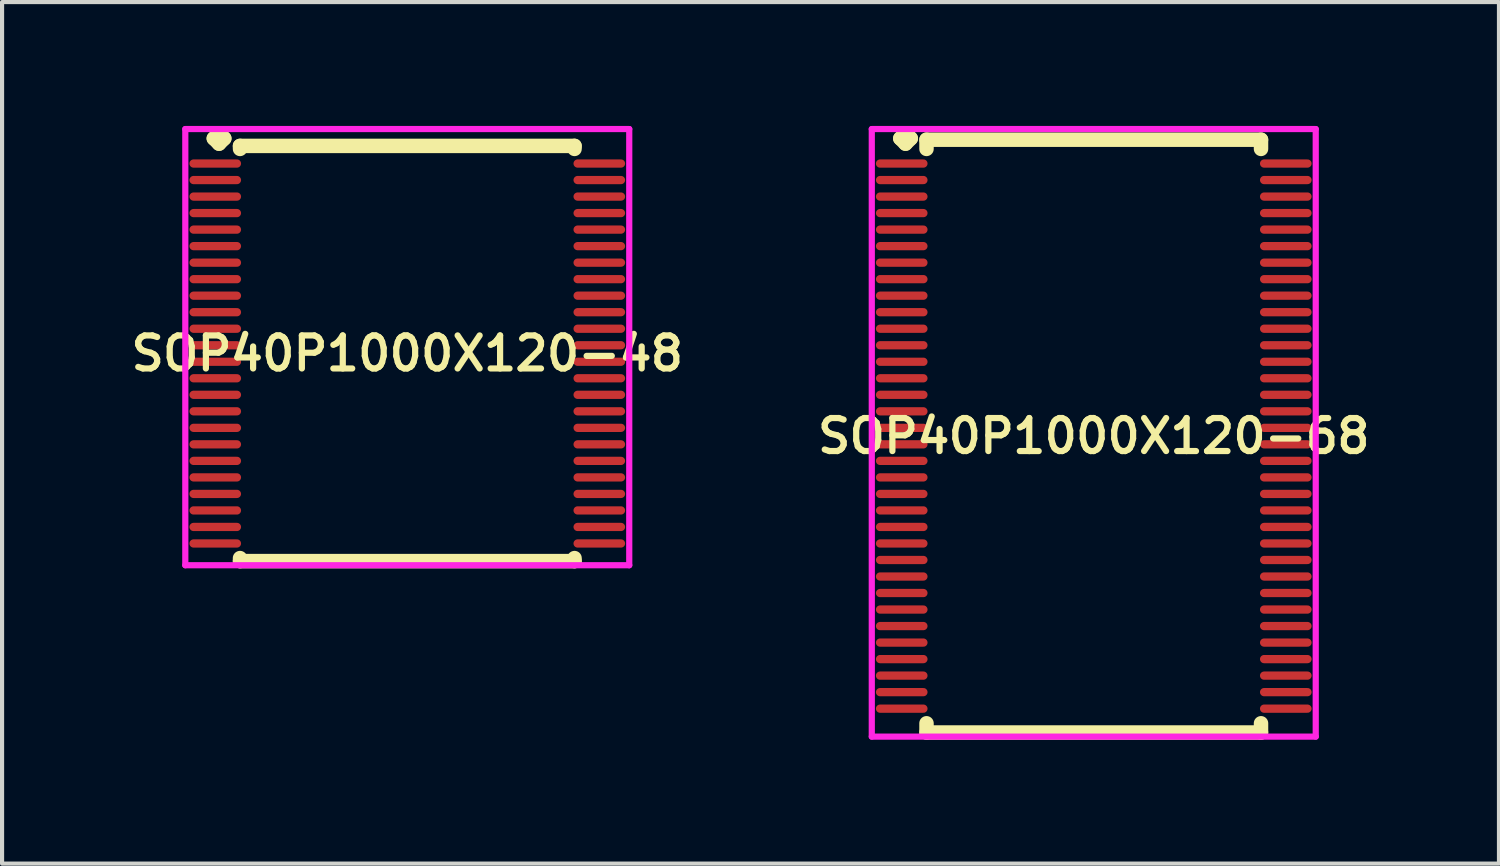
<source format=kicad_pcb>
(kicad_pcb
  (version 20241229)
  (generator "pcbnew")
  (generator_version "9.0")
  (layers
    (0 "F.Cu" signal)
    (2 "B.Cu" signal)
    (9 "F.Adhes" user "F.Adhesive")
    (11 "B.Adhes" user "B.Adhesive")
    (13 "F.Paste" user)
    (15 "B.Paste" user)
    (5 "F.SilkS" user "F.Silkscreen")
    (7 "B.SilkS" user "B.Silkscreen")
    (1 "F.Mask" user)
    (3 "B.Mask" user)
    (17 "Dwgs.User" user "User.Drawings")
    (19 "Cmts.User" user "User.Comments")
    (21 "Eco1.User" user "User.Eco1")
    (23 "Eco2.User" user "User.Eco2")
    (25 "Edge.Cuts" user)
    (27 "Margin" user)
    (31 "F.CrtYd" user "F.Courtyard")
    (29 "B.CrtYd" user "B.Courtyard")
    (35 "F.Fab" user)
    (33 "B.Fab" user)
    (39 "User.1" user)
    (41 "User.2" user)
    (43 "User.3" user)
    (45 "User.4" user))
  (footprint "SOP40P1000X120-68"
    (layer "F.Cu")
    (at 23.435 7.51)
    (property "Reference" "SOP40P1000X120-68" (at 0 0 0) (layer "F.SilkS") (effects (font (size 0.8 0.8) (thickness 0.15))))
    (attr through_hole)
    (fp_line (start -4.685 -7.208) (end -4.558 -7.335) (stroke (width 0.35) (type solid)) (layer "F.SilkS"))
    (fp_line (start -4.558 -7.335) (end -4.431 -7.208) (stroke (width 0.35) (type solid)) (layer "F.SilkS"))
    (fp_line (start -4.558 -7.081) (end -4.685 -7.208) (stroke (width 0.35) (type solid)) (layer "F.SilkS"))
    (fp_line (start -4.431 -7.208) (end -4.558 -7.081) (stroke (width 0.35) (type solid)) (layer "F.SilkS"))
    (fp_line (start -4.05 -7.177) (end 4.05 -7.177) (stroke (width 0.35) (type solid)) (layer "F.SilkS"))
    (fp_line (start -4.05 -6.954) (end -4.05 -7.177) (stroke (width 0.35) (type solid)) (layer "F.SilkS"))
    (fp_line (start -4.05 6.954) (end -4.05 7.177) (stroke (width 0.35) (type solid)) (layer "F.SilkS"))
    (fp_line (start -4.05 7.177) (end 4.05 7.177) (stroke (width 0.35) (type solid)) (layer "F.SilkS"))
    (fp_line (start 4.05 -7.177) (end 4.05 -6.954) (stroke (width 0.35) (type solid)) (layer "F.SilkS"))
    (fp_line (start 4.05 7.177) (end 4.05 6.954) (stroke (width 0.35) (type solid)) (layer "F.SilkS"))
    (fp_line (start -5.375 -7.435) (end 5.375 -7.435) (stroke (width 0.15) (type solid)) (layer "F.CrtYd"))
    (fp_line (start -5.375 7.277) (end -5.375 -7.435) (stroke (width 0.15) (type solid)) (layer "F.CrtYd"))
    (fp_line (start 5.375 -7.435) (end 5.375 7.277) (stroke (width 0.15) (type solid)) (layer "F.CrtYd"))
    (fp_line (start 5.375 7.277) (end -5.375 7.277) (stroke (width 0.15) (type solid)) (layer "F.CrtYd"))
    (pad "1" smd oval (at -4.65 -6.6) (size 1.25 0.2) (layers "F.Cu" "F.Mask" "F.Paste"))
    (pad "2" smd oval (at -4.65 -6.2) (size 1.25 0.2) (layers "F.Cu" "F.Mask" "F.Paste"))
    (pad "3" smd oval (at -4.65 -5.8) (size 1.25 0.2) (layers "F.Cu" "F.Mask" "F.Paste"))
    (pad "4" smd oval (at -4.65 -5.4) (size 1.25 0.2) (layers "F.Cu" "F.Mask" "F.Paste"))
    (pad "5" smd oval (at -4.65 -5) (size 1.25 0.2) (layers "F.Cu" "F.Mask" "F.Paste"))
    (pad "6" smd oval (at -4.65 -4.6) (size 1.25 0.2) (layers "F.Cu" "F.Mask" "F.Paste"))
    (pad "7" smd oval (at -4.65 -4.2) (size 1.25 0.2) (layers "F.Cu" "F.Mask" "F.Paste"))
    (pad "8" smd oval (at -4.65 -3.8) (size 1.25 0.2) (layers "F.Cu" "F.Mask" "F.Paste"))
    (pad "9" smd oval (at -4.65 -3.4) (size 1.25 0.2) (layers "F.Cu" "F.Mask" "F.Paste"))
    (pad "10" smd oval (at -4.65 -3) (size 1.25 0.2) (layers "F.Cu" "F.Mask" "F.Paste"))
    (pad "11" smd oval (at -4.65 -2.6) (size 1.25 0.2) (layers "F.Cu" "F.Mask" "F.Paste"))
    (pad "12" smd oval (at -4.65 -2.2) (size 1.25 0.2) (layers "F.Cu" "F.Mask" "F.Paste"))
    (pad "13" smd oval (at -4.65 -1.8) (size 1.25 0.2) (layers "F.Cu" "F.Mask" "F.Paste"))
    (pad "14" smd oval (at -4.65 -1.4) (size 1.25 0.2) (layers "F.Cu" "F.Mask" "F.Paste"))
    (pad "15" smd oval (at -4.65 -1) (size 1.25 0.2) (layers "F.Cu" "F.Mask" "F.Paste"))
    (pad "16" smd oval (at -4.65 -0.6) (size 1.25 0.2) (layers "F.Cu" "F.Mask" "F.Paste"))
    (pad "17" smd oval (at -4.65 -0.2) (size 1.25 0.2) (layers "F.Cu" "F.Mask" "F.Paste"))
    (pad "18" smd oval (at -4.65 0.2) (size 1.25 0.2) (layers "F.Cu" "F.Mask" "F.Paste"))
    (pad "19" smd oval (at -4.65 0.6) (size 1.25 0.2) (layers "F.Cu" "F.Mask" "F.Paste"))
    (pad "20" smd oval (at -4.65 1) (size 1.25 0.2) (layers "F.Cu" "F.Mask" "F.Paste"))
    (pad "21" smd oval (at -4.65 1.4) (size 1.25 0.2) (layers "F.Cu" "F.Mask" "F.Paste"))
    (pad "22" smd oval (at -4.65 1.8) (size 1.25 0.2) (layers "F.Cu" "F.Mask" "F.Paste"))
    (pad "23" smd oval (at -4.65 2.2) (size 1.25 0.2) (layers "F.Cu" "F.Mask" "F.Paste"))
    (pad "24" smd oval (at -4.65 2.6) (size 1.25 0.2) (layers "F.Cu" "F.Mask" "F.Paste"))
    (pad "25" smd oval (at -4.65 3) (size 1.25 0.2) (layers "F.Cu" "F.Mask" "F.Paste"))
    (pad "26" smd oval (at -4.65 3.4) (size 1.25 0.2) (layers "F.Cu" "F.Mask" "F.Paste"))
    (pad "27" smd oval (at -4.65 3.8) (size 1.25 0.2) (layers "F.Cu" "F.Mask" "F.Paste"))
    (pad "28" smd oval (at -4.65 4.2) (size 1.25 0.2) (layers "F.Cu" "F.Mask" "F.Paste"))
    (pad "29" smd oval (at -4.65 4.6) (size 1.25 0.2) (layers "F.Cu" "F.Mask" "F.Paste"))
    (pad "30" smd oval (at -4.65 5) (size 1.25 0.2) (layers "F.Cu" "F.Mask" "F.Paste"))
    (pad "31" smd oval (at -4.65 5.4) (size 1.25 0.2) (layers "F.Cu" "F.Mask" "F.Paste"))
    (pad "32" smd oval (at -4.65 5.8) (size 1.25 0.2) (layers "F.Cu" "F.Mask" "F.Paste"))
    (pad "33" smd oval (at -4.65 6.2) (size 1.25 0.2) (layers "F.Cu" "F.Mask" "F.Paste"))
    (pad "34" smd oval (at -4.65 6.6) (size 1.25 0.2) (layers "F.Cu" "F.Mask" "F.Paste"))
    (pad "35" smd oval (at 4.65 6.6) (size 1.25 0.2) (layers "F.Cu" "F.Mask" "F.Paste"))
    (pad "36" smd oval (at 4.65 6.2) (size 1.25 0.2) (layers "F.Cu" "F.Mask" "F.Paste"))
    (pad "37" smd oval (at 4.65 5.8) (size 1.25 0.2) (layers "F.Cu" "F.Mask" "F.Paste"))
    (pad "38" smd oval (at 4.65 5.4) (size 1.25 0.2) (layers "F.Cu" "F.Mask" "F.Paste"))
    (pad "39" smd oval (at 4.65 5) (size 1.25 0.2) (layers "F.Cu" "F.Mask" "F.Paste"))
    (pad "40" smd oval (at 4.65 4.6) (size 1.25 0.2) (layers "F.Cu" "F.Mask" "F.Paste"))
    (pad "41" smd oval (at 4.65 4.2) (size 1.25 0.2) (layers "F.Cu" "F.Mask" "F.Paste"))
    (pad "42" smd oval (at 4.65 3.8) (size 1.25 0.2) (layers "F.Cu" "F.Mask" "F.Paste"))
    (pad "43" smd oval (at 4.65 3.4) (size 1.25 0.2) (layers "F.Cu" "F.Mask" "F.Paste"))
    (pad "44" smd oval (at 4.65 3) (size 1.25 0.2) (layers "F.Cu" "F.Mask" "F.Paste"))
    (pad "45" smd oval (at 4.65 2.6) (size 1.25 0.2) (layers "F.Cu" "F.Mask" "F.Paste"))
    (pad "46" smd oval (at 4.65 2.2) (size 1.25 0.2) (layers "F.Cu" "F.Mask" "F.Paste"))
    (pad "47" smd oval (at 4.65 1.8) (size 1.25 0.2) (layers "F.Cu" "F.Mask" "F.Paste"))
    (pad "48" smd oval (at 4.65 1.4) (size 1.25 0.2) (layers "F.Cu" "F.Mask" "F.Paste"))
    (pad "49" smd oval (at 4.65 1) (size 1.25 0.2) (layers "F.Cu" "F.Mask" "F.Paste"))
    (pad "50" smd oval (at 4.65 0.6) (size 1.25 0.2) (layers "F.Cu" "F.Mask" "F.Paste"))
    (pad "51" smd oval (at 4.65 0.2) (size 1.25 0.2) (layers "F.Cu" "F.Mask" "F.Paste"))
    (pad "52" smd oval (at 4.65 -0.2) (size 1.25 0.2) (layers "F.Cu" "F.Mask" "F.Paste"))
    (pad "53" smd oval (at 4.65 -0.6) (size 1.25 0.2) (layers "F.Cu" "F.Mask" "F.Paste"))
    (pad "54" smd oval (at 4.65 -1) (size 1.25 0.2) (layers "F.Cu" "F.Mask" "F.Paste"))
    (pad "55" smd oval (at 4.65 -1.4) (size 1.25 0.2) (layers "F.Cu" "F.Mask" "F.Paste"))
    (pad "56" smd oval (at 4.65 -1.8) (size 1.25 0.2) (layers "F.Cu" "F.Mask" "F.Paste"))
    (pad "57" smd oval (at 4.65 -2.2) (size 1.25 0.2) (layers "F.Cu" "F.Mask" "F.Paste"))
    (pad "58" smd oval (at 4.65 -2.6) (size 1.25 0.2) (layers "F.Cu" "F.Mask" "F.Paste"))
    (pad "59" smd oval (at 4.65 -3) (size 1.25 0.2) (layers "F.Cu" "F.Mask" "F.Paste"))
    (pad "60" smd oval (at 4.65 -3.4) (size 1.25 0.2) (layers "F.Cu" "F.Mask" "F.Paste"))
    (pad "61" smd oval (at 4.65 -3.8) (size 1.25 0.2) (layers "F.Cu" "F.Mask" "F.Paste"))
    (pad "62" smd oval (at 4.65 -4.2) (size 1.25 0.2) (layers "F.Cu" "F.Mask" "F.Paste"))
    (pad "63" smd oval (at 4.65 -4.6) (size 1.25 0.2) (layers "F.Cu" "F.Mask" "F.Paste"))
    (pad "64" smd oval (at 4.65 -5) (size 1.25 0.2) (layers "F.Cu" "F.Mask" "F.Paste"))
    (pad "65" smd oval (at 4.65 -5.4) (size 1.25 0.2) (layers "F.Cu" "F.Mask" "F.Paste"))
    (pad "66" smd oval (at 4.65 -5.8) (size 1.25 0.2) (layers "F.Cu" "F.Mask" "F.Paste"))
    (pad "67" smd oval (at 4.65 -6.2) (size 1.25 0.2) (layers "F.Cu" "F.Mask" "F.Paste"))
    (pad "68" smd oval (at 4.65 -6.6) (size 1.25 0.2) (layers "F.Cu" "F.Mask" "F.Paste")))
  (footprint "SOP40P1000X120-48"
    (layer "F.Cu")
    (at 6.812 5.51)
    (property "Reference" "SOP40P1000X120-48" (at 0 0 0) (layer "F.SilkS") (effects (font (size 0.8 0.8) (thickness 0.15))))
    (attr smd)
    (fp_line (start -4.685 -5.208) (end -4.558 -5.335) (stroke (width 0.35) (type solid)) (layer "F.SilkS"))
    (fp_line (start -4.558 -5.335) (end -4.431 -5.208) (stroke (width 0.35) (type solid)) (layer "F.SilkS"))
    (fp_line (start -4.558 -5.081) (end -4.685 -5.208) (stroke (width 0.35) (type solid)) (layer "F.SilkS"))
    (fp_line (start -4.431 -5.208) (end -4.558 -5.081) (stroke (width 0.35) (type solid)) (layer "F.SilkS"))
    (fp_line (start -4.05 -5.027) (end 4.05 -5.027) (stroke (width 0.35) (type solid)) (layer "F.SilkS"))
    (fp_line (start -4.05 -4.954) (end -4.05 -5.027) (stroke (width 0.35) (type solid)) (layer "F.SilkS"))
    (fp_line (start -4.05 4.954) (end -4.05 5.027) (stroke (width 0.35) (type solid)) (layer "F.SilkS"))
    (fp_line (start -4.05 5.027) (end 4.05 5.027) (stroke (width 0.35) (type solid)) (layer "F.SilkS"))
    (fp_line (start 4.05 -5.027) (end 4.05 -4.954) (stroke (width 0.35) (type solid)) (layer "F.SilkS"))
    (fp_line (start 4.05 5.027) (end 4.05 4.954) (stroke (width 0.35) (type solid)) (layer "F.SilkS"))
    (fp_line (start -5.375 -5.435) (end 5.375 -5.435) (stroke (width 0.15) (type solid)) (layer "F.CrtYd"))
    (fp_line (start -5.375 5.127) (end -5.375 -5.435) (stroke (width 0.15) (type solid)) (layer "F.CrtYd"))
    (fp_line (start 5.375 -5.435) (end 5.375 5.127) (stroke (width 0.15) (type solid)) (layer "F.CrtYd"))
    (fp_line (start 5.375 5.127) (end -5.375 5.127) (stroke (width 0.15) (type solid)) (layer "F.CrtYd"))
    (pad "1" smd oval (at -4.65 -4.6) (size 1.25 0.2) (layers "F.Cu" "F.Mask" "F.Paste"))
    (pad "2" smd oval (at -4.65 -4.2) (size 1.25 0.2) (layers "F.Cu" "F.Mask" "F.Paste"))
    (pad "3" smd oval (at -4.65 -3.8) (size 1.25 0.2) (layers "F.Cu" "F.Mask" "F.Paste"))
    (pad "4" smd oval (at -4.65 -3.4) (size 1.25 0.2) (layers "F.Cu" "F.Mask" "F.Paste"))
    (pad "5" smd oval (at -4.65 -3) (size 1.25 0.2) (layers "F.Cu" "F.Mask" "F.Paste"))
    (pad "6" smd oval (at -4.65 -2.6) (size 1.25 0.2) (layers "F.Cu" "F.Mask" "F.Paste"))
    (pad "7" smd oval (at -4.65 -2.2) (size 1.25 0.2) (layers "F.Cu" "F.Mask" "F.Paste"))
    (pad "8" smd oval (at -4.65 -1.8) (size 1.25 0.2) (layers "F.Cu" "F.Mask" "F.Paste"))
    (pad "9" smd oval (at -4.65 -1.4) (size 1.25 0.2) (layers "F.Cu" "F.Mask" "F.Paste"))
    (pad "10" smd oval (at -4.65 -1) (size 1.25 0.2) (layers "F.Cu" "F.Mask" "F.Paste"))
    (pad "11" smd oval (at -4.65 -0.6) (size 1.25 0.2) (layers "F.Cu" "F.Mask" "F.Paste"))
    (pad "12" smd oval (at -4.65 -0.2) (size 1.25 0.2) (layers "F.Cu" "F.Mask" "F.Paste"))
    (pad "13" smd oval (at -4.65 0.2) (size 1.25 0.2) (layers "F.Cu" "F.Mask" "F.Paste"))
    (pad "14" smd oval (at -4.65 0.6) (size 1.25 0.2) (layers "F.Cu" "F.Mask" "F.Paste"))
    (pad "15" smd oval (at -4.65 1) (size 1.25 0.2) (layers "F.Cu" "F.Mask" "F.Paste"))
    (pad "16" smd oval (at -4.65 1.4) (size 1.25 0.2) (layers "F.Cu" "F.Mask" "F.Paste"))
    (pad "17" smd oval (at -4.65 1.8) (size 1.25 0.2) (layers "F.Cu" "F.Mask" "F.Paste"))
    (pad "18" smd oval (at -4.65 2.2) (size 1.25 0.2) (layers "F.Cu" "F.Mask" "F.Paste"))
    (pad "19" smd oval (at -4.65 2.6) (size 1.25 0.2) (layers "F.Cu" "F.Mask" "F.Paste"))
    (pad "20" smd oval (at -4.65 3) (size 1.25 0.2) (layers "F.Cu" "F.Mask" "F.Paste"))
    (pad "21" smd oval (at -4.65 3.4) (size 1.25 0.2) (layers "F.Cu" "F.Mask" "F.Paste"))
    (pad "22" smd oval (at -4.65 3.8) (size 1.25 0.2) (layers "F.Cu" "F.Mask" "F.Paste"))
    (pad "23" smd oval (at -4.65 4.2) (size 1.25 0.2) (layers "F.Cu" "F.Mask" "F.Paste"))
    (pad "24" smd oval (at -4.65 4.6) (size 1.25 0.2) (layers "F.Cu" "F.Mask" "F.Paste"))
    (pad "25" smd oval (at 4.65 4.6) (size 1.25 0.2) (layers "F.Cu" "F.Mask" "F.Paste"))
    (pad "26" smd oval (at 4.65 4.2) (size 1.25 0.2) (layers "F.Cu" "F.Mask" "F.Paste"))
    (pad "27" smd oval (at 4.65 3.8) (size 1.25 0.2) (layers "F.Cu" "F.Mask" "F.Paste"))
    (pad "28" smd oval (at 4.65 3.4) (size 1.25 0.2) (layers "F.Cu" "F.Mask" "F.Paste"))
    (pad "29" smd oval (at 4.65 3) (size 1.25 0.2) (layers "F.Cu" "F.Mask" "F.Paste"))
    (pad "30" smd oval (at 4.65 2.6) (size 1.25 0.2) (layers "F.Cu" "F.Mask" "F.Paste"))
    (pad "31" smd oval (at 4.65 2.2) (size 1.25 0.2) (layers "F.Cu" "F.Mask" "F.Paste"))
    (pad "32" smd oval (at 4.65 1.8) (size 1.25 0.2) (layers "F.Cu" "F.Mask" "F.Paste"))
    (pad "33" smd oval (at 4.65 1.4) (size 1.25 0.2) (layers "F.Cu" "F.Mask" "F.Paste"))
    (pad "34" smd oval (at 4.65 1) (size 1.25 0.2) (layers "F.Cu" "F.Mask" "F.Paste"))
    (pad "35" smd oval (at 4.65 0.6) (size 1.25 0.2) (layers "F.Cu" "F.Mask" "F.Paste"))
    (pad "36" smd oval (at 4.65 0.2) (size 1.25 0.2) (layers "F.Cu" "F.Mask" "F.Paste"))
    (pad "37" smd oval (at 4.65 -0.2) (size 1.25 0.2) (layers "F.Cu" "F.Mask" "F.Paste"))
    (pad "38" smd oval (at 4.65 -0.6) (size 1.25 0.2) (layers "F.Cu" "F.Mask" "F.Paste"))
    (pad "39" smd oval (at 4.65 -1) (size 1.25 0.2) (layers "F.Cu" "F.Mask" "F.Paste"))
    (pad "40" smd oval (at 4.65 -1.4) (size 1.25 0.2) (layers "F.Cu" "F.Mask" "F.Paste"))
    (pad "41" smd oval (at 4.65 -1.8) (size 1.25 0.2) (layers "F.Cu" "F.Mask" "F.Paste"))
    (pad "42" smd oval (at 4.65 -2.2) (size 1.25 0.2) (layers "F.Cu" "F.Mask" "F.Paste"))
    (pad "43" smd oval (at 4.65 -2.6) (size 1.25 0.2) (layers "F.Cu" "F.Mask" "F.Paste"))
    (pad "44" smd oval (at 4.65 -3) (size 1.25 0.2) (layers "F.Cu" "F.Mask" "F.Paste"))
    (pad "45" smd oval (at 4.65 -3.4) (size 1.25 0.2) (layers "F.Cu" "F.Mask" "F.Paste"))
    (pad "46" smd oval (at 4.65 -3.8) (size 1.25 0.2) (layers "F.Cu" "F.Mask" "F.Paste"))
    (pad "47" smd oval (at 4.65 -4.2) (size 1.25 0.2) (layers "F.Cu" "F.Mask" "F.Paste"))
    (pad "48" smd oval (at 4.65 -4.6) (size 1.25 0.2) (layers "F.Cu" "F.Mask" "F.Paste")))
  (gr_rect
    (start -3 -3)
    (end 33.247 17.862)
    (stroke (width 0.1) (type default))
    (fill no)
    (layer "Edge.Cuts")))
</source>
